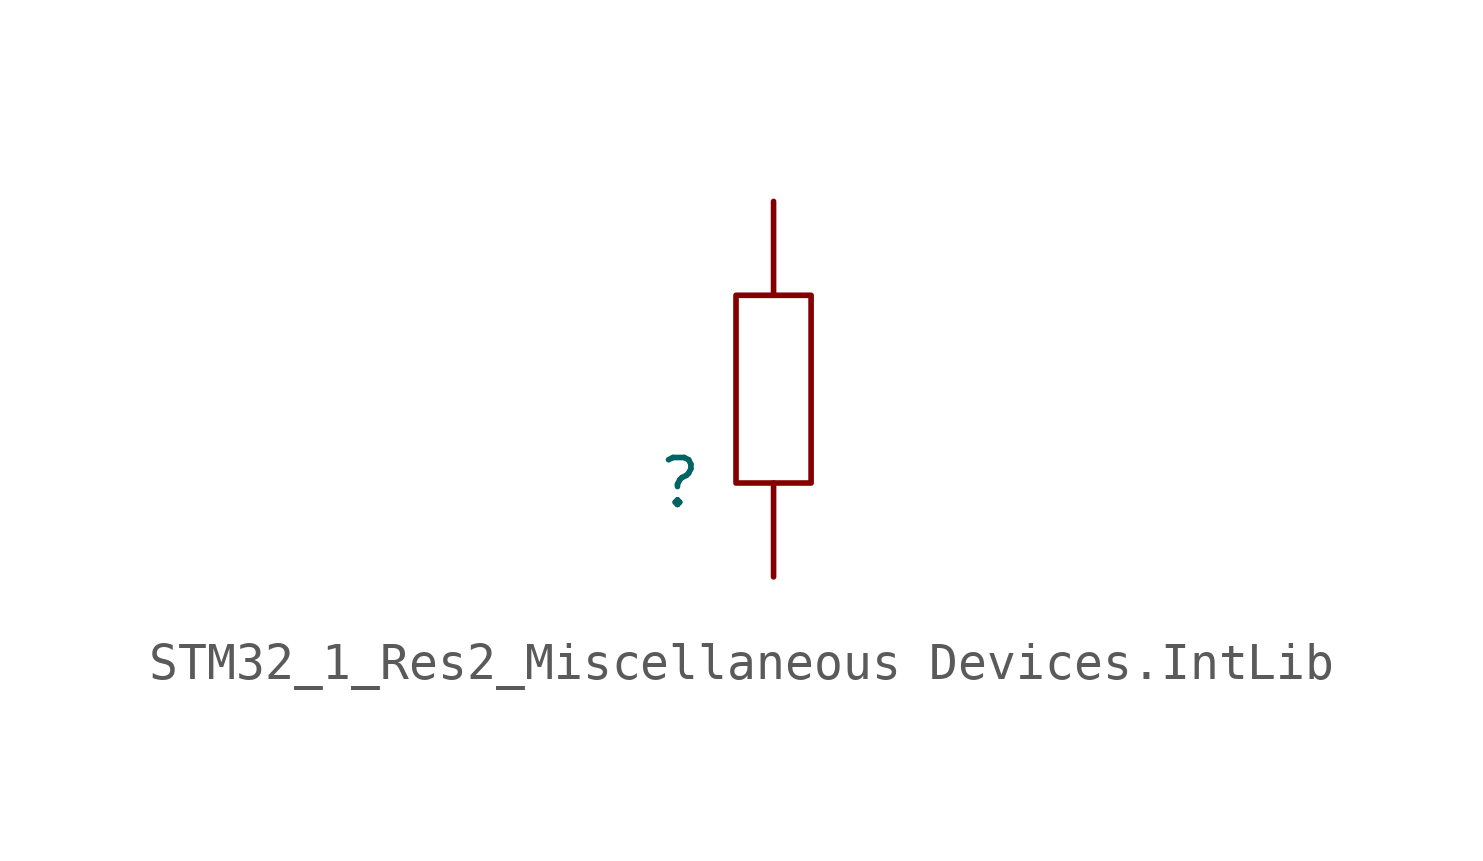
<source format=kicad_sym>
(kicad_symbol_lib
  (version 20241209)
  (generator "kicad_symbol_editor")
  (generator_version "9.0")
  (symbol "STM32_1_Res2_Miscellaneous Devices.IntLib"
    (pin_numbers
      (hide yes))
    (pin_names
      (hide yes))
    (property "Reference" ""
      (at 0 0 0)
      (effects (font (size 1.27 1.27))))
    (property "Value" ""
      (at 0 0 0)
      (effects (font (size 1.27 1.27))))
    (symbol "STM32_1_Res2_Miscellaneous Devices.IntLib_1_0"
      (rectangle (start 3.556 5.08) (end 1.524 0) (stroke (width 0) (type solid)) (fill (type none)))
      (pin passive line (at 2.54 7.62 270) (length 2.54) (name "2" (effects (font (size 1.27 1.27)))) (number "2" (effects (font (size 1.27 1.27)))))
      (pin passive line (at 2.54 -2.54 90) (length 2.54) (name "1" (effects (font (size 1.27 1.27)))) (number "1" (effects (font (size 1.27 1.27))))))))
</source>
